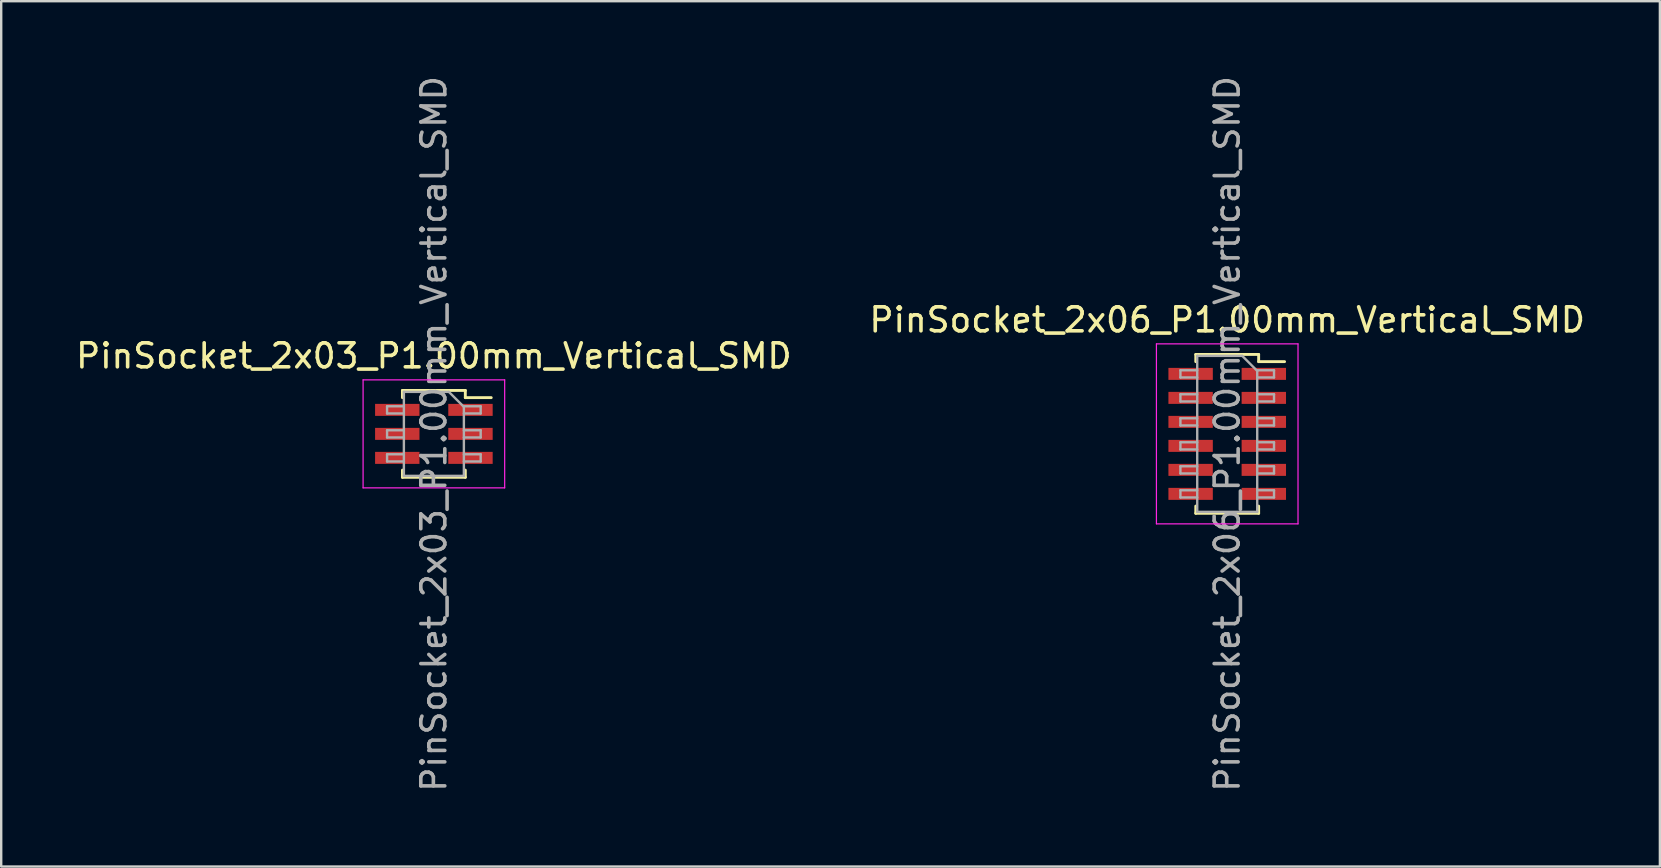
<source format=kicad_pcb>
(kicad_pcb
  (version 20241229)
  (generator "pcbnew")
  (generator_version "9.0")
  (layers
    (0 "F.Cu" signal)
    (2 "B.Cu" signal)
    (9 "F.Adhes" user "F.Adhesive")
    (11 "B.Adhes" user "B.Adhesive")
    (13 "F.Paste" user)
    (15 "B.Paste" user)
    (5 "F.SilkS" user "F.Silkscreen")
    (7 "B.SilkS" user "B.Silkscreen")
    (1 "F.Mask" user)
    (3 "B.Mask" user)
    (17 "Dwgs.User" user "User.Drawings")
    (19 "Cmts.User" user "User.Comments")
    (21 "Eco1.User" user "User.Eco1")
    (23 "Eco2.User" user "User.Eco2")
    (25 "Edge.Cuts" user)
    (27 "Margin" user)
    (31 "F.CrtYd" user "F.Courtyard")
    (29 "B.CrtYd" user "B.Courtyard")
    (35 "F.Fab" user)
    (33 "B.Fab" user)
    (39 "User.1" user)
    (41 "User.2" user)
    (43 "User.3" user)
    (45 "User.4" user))
  (footprint "PinSocket_2x06_P1.00mm_Vertical_SMD"
    (layer "F.Cu")
    (at 48.089 15.03)
    (property "Reference" "PinSocket_2x06_P1.00mm_Vertical_SMD" (at 0 -4.75 0) (layer "F.SilkS") (effects (font (size 1 1) (thickness 0.15))))
    (attr smd)
    (fp_line (start -1.31 -3.31) (end -1.31 -3.01) (stroke (width 0.12) (type solid)) (layer "F.SilkS"))
    (fp_line (start -1.31 -3.31) (end 1.31 -3.31) (stroke (width 0.12) (type solid)) (layer "F.SilkS"))
    (fp_line (start -1.31 3.01) (end -1.31 3.31) (stroke (width 0.12) (type solid)) (layer "F.SilkS"))
    (fp_line (start -1.31 3.31) (end 1.31 3.31) (stroke (width 0.12) (type solid)) (layer "F.SilkS"))
    (fp_line (start 1.31 -3.31) (end 1.31 -3.01) (stroke (width 0.12) (type solid)) (layer "F.SilkS"))
    (fp_line (start 1.31 -3.01) (end 2.39 -3.01) (stroke (width 0.12) (type solid)) (layer "F.SilkS"))
    (fp_line (start 1.31 3.01) (end 1.31 3.31) (stroke (width 0.12) (type solid)) (layer "F.SilkS"))
    (fp_line (start -2.95 -3.75) (end 2.95 -3.75) (stroke (width 0.05) (type solid)) (layer "F.CrtYd"))
    (fp_line (start -2.95 3.75) (end -2.95 -3.75) (stroke (width 0.05) (type solid)) (layer "F.CrtYd"))
    (fp_line (start 2.95 -3.75) (end 2.95 3.75) (stroke (width 0.05) (type solid)) (layer "F.CrtYd"))
    (fp_line (start 2.95 3.75) (end -2.95 3.75) (stroke (width 0.05) (type solid)) (layer "F.CrtYd"))
    (fp_line (start -1.95 -2.65) (end -1.25 -2.65) (stroke (width 0.1) (type solid)) (layer "F.Fab"))
    (fp_line (start -1.95 -2.35) (end -1.95 -2.65) (stroke (width 0.1) (type solid)) (layer "F.Fab"))
    (fp_line (start -1.95 -1.65) (end -1.25 -1.65) (stroke (width 0.1) (type solid)) (layer "F.Fab"))
    (fp_line (start -1.95 -1.35) (end -1.95 -1.65) (stroke (width 0.1) (type solid)) (layer "F.Fab"))
    (fp_line (start -1.95 -0.65) (end -1.25 -0.65) (stroke (width 0.1) (type solid)) (layer "F.Fab"))
    (fp_line (start -1.95 -0.35) (end -1.95 -0.65) (stroke (width 0.1) (type solid)) (layer "F.Fab"))
    (fp_line (start -1.95 0.35) (end -1.25 0.35) (stroke (width 0.1) (type solid)) (layer "F.Fab"))
    (fp_line (start -1.95 0.65) (end -1.95 0.35) (stroke (width 0.1) (type solid)) (layer "F.Fab"))
    (fp_line (start -1.95 1.35) (end -1.25 1.35) (stroke (width 0.1) (type solid)) (layer "F.Fab"))
    (fp_line (start -1.95 1.65) (end -1.95 1.35) (stroke (width 0.1) (type solid)) (layer "F.Fab"))
    (fp_line (start -1.95 2.35) (end -1.25 2.35) (stroke (width 0.1) (type solid)) (layer "F.Fab"))
    (fp_line (start -1.95 2.65) (end -1.95 2.35) (stroke (width 0.1) (type solid)) (layer "F.Fab"))
    (fp_line (start -1.25 -3.25) (end 0.625 -3.25) (stroke (width 0.1) (type solid)) (layer "F.Fab"))
    (fp_line (start -1.25 -2.35) (end -1.95 -2.35) (stroke (width 0.1) (type solid)) (layer "F.Fab"))
    (fp_line (start -1.25 -1.35) (end -1.95 -1.35) (stroke (width 0.1) (type solid)) (layer "F.Fab"))
    (fp_line (start -1.25 -0.35) (end -1.95 -0.35) (stroke (width 0.1) (type solid)) (layer "F.Fab"))
    (fp_line (start -1.25 0.65) (end -1.95 0.65) (stroke (width 0.1) (type solid)) (layer "F.Fab"))
    (fp_line (start -1.25 1.65) (end -1.95 1.65) (stroke (width 0.1) (type solid)) (layer "F.Fab"))
    (fp_line (start -1.25 2.65) (end -1.95 2.65) (stroke (width 0.1) (type solid)) (layer "F.Fab"))
    (fp_line (start -1.25 3.25) (end -1.25 -3.25) (stroke (width 0.1) (type solid)) (layer "F.Fab"))
    (fp_line (start 0.625 -3.25) (end 1.25 -2.625) (stroke (width 0.1) (type solid)) (layer "F.Fab"))
    (fp_line (start 1.25 -2.65) (end 1.95 -2.65) (stroke (width 0.1) (type solid)) (layer "F.Fab"))
    (fp_line (start 1.25 -2.625) (end 1.25 3.25) (stroke (width 0.1) (type solid)) (layer "F.Fab"))
    (fp_line (start 1.25 -1.65) (end 1.95 -1.65) (stroke (width 0.1) (type solid)) (layer "F.Fab"))
    (fp_line (start 1.25 -0.65) (end 1.95 -0.65) (stroke (width 0.1) (type solid)) (layer "F.Fab"))
    (fp_line (start 1.25 0.35) (end 1.95 0.35) (stroke (width 0.1) (type solid)) (layer "F.Fab"))
    (fp_line (start 1.25 1.35) (end 1.95 1.35) (stroke (width 0.1) (type solid)) (layer "F.Fab"))
    (fp_line (start 1.25 2.35) (end 1.95 2.35) (stroke (width 0.1) (type solid)) (layer "F.Fab"))
    (fp_line (start 1.25 3.25) (end -1.25 3.25) (stroke (width 0.1) (type solid)) (layer "F.Fab"))
    (fp_line (start 1.95 -2.65) (end 1.95 -2.35) (stroke (width 0.1) (type solid)) (layer "F.Fab"))
    (fp_line (start 1.95 -2.35) (end 1.25 -2.35) (stroke (width 0.1) (type solid)) (layer "F.Fab"))
    (fp_line (start 1.95 -1.65) (end 1.95 -1.35) (stroke (width 0.1) (type solid)) (layer "F.Fab"))
    (fp_line (start 1.95 -1.35) (end 1.25 -1.35) (stroke (width 0.1) (type solid)) (layer "F.Fab"))
    (fp_line (start 1.95 -0.65) (end 1.95 -0.35) (stroke (width 0.1) (type solid)) (layer "F.Fab"))
    (fp_line (start 1.95 -0.35) (end 1.25 -0.35) (stroke (width 0.1) (type solid)) (layer "F.Fab"))
    (fp_line (start 1.95 0.35) (end 1.95 0.65) (stroke (width 0.1) (type solid)) (layer "F.Fab"))
    (fp_line (start 1.95 0.65) (end 1.25 0.65) (stroke (width 0.1) (type solid)) (layer "F.Fab"))
    (fp_line (start 1.95 1.35) (end 1.95 1.65) (stroke (width 0.1) (type solid)) (layer "F.Fab"))
    (fp_line (start 1.95 1.65) (end 1.25 1.65) (stroke (width 0.1) (type solid)) (layer "F.Fab"))
    (fp_line (start 1.95 2.35) (end 1.95 2.65) (stroke (width 0.1) (type solid)) (layer "F.Fab"))
    (fp_line (start 1.95 2.65) (end 1.25 2.65) (stroke (width 0.1) (type solid)) (layer "F.Fab"))
    (fp_text user "${REFERENCE}" (at 0 0 90) (layer "F.Fab") (effects (font (size 1 1) (thickness 0.15))))
    (pad "1" smd rect (at 1.525 -2.5) (size 1.85 0.5) (layers "F.Cu" "F.Mask" "F.Paste"))
    (pad "2" smd rect (at -1.525 -2.5) (size 1.85 0.5) (layers "F.Cu" "F.Mask" "F.Paste"))
    (pad "3" smd rect (at 1.525 -1.5) (size 1.85 0.5) (layers "F.Cu" "F.Mask" "F.Paste"))
    (pad "4" smd rect (at -1.525 -1.5) (size 1.85 0.5) (layers "F.Cu" "F.Mask" "F.Paste"))
    (pad "5" smd rect (at 1.525 -0.5) (size 1.85 0.5) (layers "F.Cu" "F.Mask" "F.Paste"))
    (pad "6" smd rect (at -1.525 -0.5) (size 1.85 0.5) (layers "F.Cu" "F.Mask" "F.Paste"))
    (pad "7" smd rect (at 1.525 0.5) (size 1.85 0.5) (layers "F.Cu" "F.Mask" "F.Paste"))
    (pad "8" smd rect (at -1.525 0.5) (size 1.85 0.5) (layers "F.Cu" "F.Mask" "F.Paste"))
    (pad "9" smd rect (at 1.525 1.5) (size 1.85 0.5) (layers "F.Cu" "F.Mask" "F.Paste"))
    (pad "10" smd rect (at -1.525 1.5) (size 1.85 0.5) (layers "F.Cu" "F.Mask" "F.Paste"))
    (pad "11" smd rect (at 1.525 2.5) (size 1.85 0.5) (layers "F.Cu" "F.Mask" "F.Paste"))
    (pad "12" smd rect (at -1.525 2.5) (size 1.85 0.5) (layers "F.Cu" "F.Mask" "F.Paste")))
  (footprint "PinSocket_2x03_P1.00mm_Vertical_SMD"
    (layer "F.Cu")
    (at 15.03 15.03)
    (property "Reference" "PinSocket_2x03_P1.00mm_Vertical_SMD" (at 0 -3.25 0) (layer "F.SilkS") (effects (font (size 1 1) (thickness 0.15))))
    (attr smd)
    (fp_line (start -1.31 -1.81) (end -1.31 -1.51) (stroke (width 0.12) (type solid)) (layer "F.SilkS"))
    (fp_line (start -1.31 -1.81) (end 1.31 -1.81) (stroke (width 0.12) (type solid)) (layer "F.SilkS"))
    (fp_line (start -1.31 1.51) (end -1.31 1.81) (stroke (width 0.12) (type solid)) (layer "F.SilkS"))
    (fp_line (start -1.31 1.81) (end 1.31 1.81) (stroke (width 0.12) (type solid)) (layer "F.SilkS"))
    (fp_line (start 1.31 -1.81) (end 1.31 -1.51) (stroke (width 0.12) (type solid)) (layer "F.SilkS"))
    (fp_line (start 1.31 -1.51) (end 2.39 -1.51) (stroke (width 0.12) (type solid)) (layer "F.SilkS"))
    (fp_line (start 1.31 1.51) (end 1.31 1.81) (stroke (width 0.12) (type solid)) (layer "F.SilkS"))
    (fp_line (start -2.95 -2.25) (end 2.95 -2.25) (stroke (width 0.05) (type solid)) (layer "F.CrtYd"))
    (fp_line (start -2.95 2.25) (end -2.95 -2.25) (stroke (width 0.05) (type solid)) (layer "F.CrtYd"))
    (fp_line (start 2.95 -2.25) (end 2.95 2.25) (stroke (width 0.05) (type solid)) (layer "F.CrtYd"))
    (fp_line (start 2.95 2.25) (end -2.95 2.25) (stroke (width 0.05) (type solid)) (layer "F.CrtYd"))
    (fp_line (start -1.95 -1.15) (end -1.25 -1.15) (stroke (width 0.1) (type solid)) (layer "F.Fab"))
    (fp_line (start -1.95 -0.85) (end -1.95 -1.15) (stroke (width 0.1) (type solid)) (layer "F.Fab"))
    (fp_line (start -1.95 -0.15) (end -1.25 -0.15) (stroke (width 0.1) (type solid)) (layer "F.Fab"))
    (fp_line (start -1.95 0.15) (end -1.95 -0.15) (stroke (width 0.1) (type solid)) (layer "F.Fab"))
    (fp_line (start -1.95 0.85) (end -1.25 0.85) (stroke (width 0.1) (type solid)) (layer "F.Fab"))
    (fp_line (start -1.95 1.15) (end -1.95 0.85) (stroke (width 0.1) (type solid)) (layer "F.Fab"))
    (fp_line (start -1.25 -1.75) (end 0.625 -1.75) (stroke (width 0.1) (type solid)) (layer "F.Fab"))
    (fp_line (start -1.25 -0.85) (end -1.95 -0.85) (stroke (width 0.1) (type solid)) (layer "F.Fab"))
    (fp_line (start -1.25 0.15) (end -1.95 0.15) (stroke (width 0.1) (type solid)) (layer "F.Fab"))
    (fp_line (start -1.25 1.15) (end -1.95 1.15) (stroke (width 0.1) (type solid)) (layer "F.Fab"))
    (fp_line (start -1.25 1.75) (end -1.25 -1.75) (stroke (width 0.1) (type solid)) (layer "F.Fab"))
    (fp_line (start 0.625 -1.75) (end 1.25 -1.125) (stroke (width 0.1) (type solid)) (layer "F.Fab"))
    (fp_line (start 1.25 -1.15) (end 1.95 -1.15) (stroke (width 0.1) (type solid)) (layer "F.Fab"))
    (fp_line (start 1.25 -1.125) (end 1.25 1.75) (stroke (width 0.1) (type solid)) (layer "F.Fab"))
    (fp_line (start 1.25 -0.15) (end 1.95 -0.15) (stroke (width 0.1) (type solid)) (layer "F.Fab"))
    (fp_line (start 1.25 0.85) (end 1.95 0.85) (stroke (width 0.1) (type solid)) (layer "F.Fab"))
    (fp_line (start 1.25 1.75) (end -1.25 1.75) (stroke (width 0.1) (type solid)) (layer "F.Fab"))
    (fp_line (start 1.95 -1.15) (end 1.95 -0.85) (stroke (width 0.1) (type solid)) (layer "F.Fab"))
    (fp_line (start 1.95 -0.85) (end 1.25 -0.85) (stroke (width 0.1) (type solid)) (layer "F.Fab"))
    (fp_line (start 1.95 -0.15) (end 1.95 0.15) (stroke (width 0.1) (type solid)) (layer "F.Fab"))
    (fp_line (start 1.95 0.15) (end 1.25 0.15) (stroke (width 0.1) (type solid)) (layer "F.Fab"))
    (fp_line (start 1.95 0.85) (end 1.95 1.15) (stroke (width 0.1) (type solid)) (layer "F.Fab"))
    (fp_line (start 1.95 1.15) (end 1.25 1.15) (stroke (width 0.1) (type solid)) (layer "F.Fab"))
    (fp_text user "${REFERENCE}" (at 0 0 90) (layer "F.Fab") (effects (font (size 1 1) (thickness 0.15))))
    (pad "1" smd rect (at 1.525 -1) (size 1.85 0.5) (layers "F.Cu" "F.Mask" "F.Paste"))
    (pad "2" smd rect (at -1.525 -1) (size 1.85 0.5) (layers "F.Cu" "F.Mask" "F.Paste"))
    (pad "3" smd rect (at 1.525 0) (size 1.85 0.5) (layers "F.Cu" "F.Mask" "F.Paste"))
    (pad "4" smd rect (at -1.525 0) (size 1.85 0.5) (layers "F.Cu" "F.Mask" "F.Paste"))
    (pad "5" smd rect (at 1.525 1) (size 1.85 0.5) (layers "F.Cu" "F.Mask" "F.Paste"))
    (pad "6" smd rect (at -1.525 1) (size 1.85 0.5) (layers "F.Cu" "F.Mask" "F.Paste")))
  (gr_rect
    (start -3 -3)
    (end 66.119 33.06)
    (stroke (width 0.1) (type default))
    (fill no)
    (layer "Edge.Cuts")))
</source>
